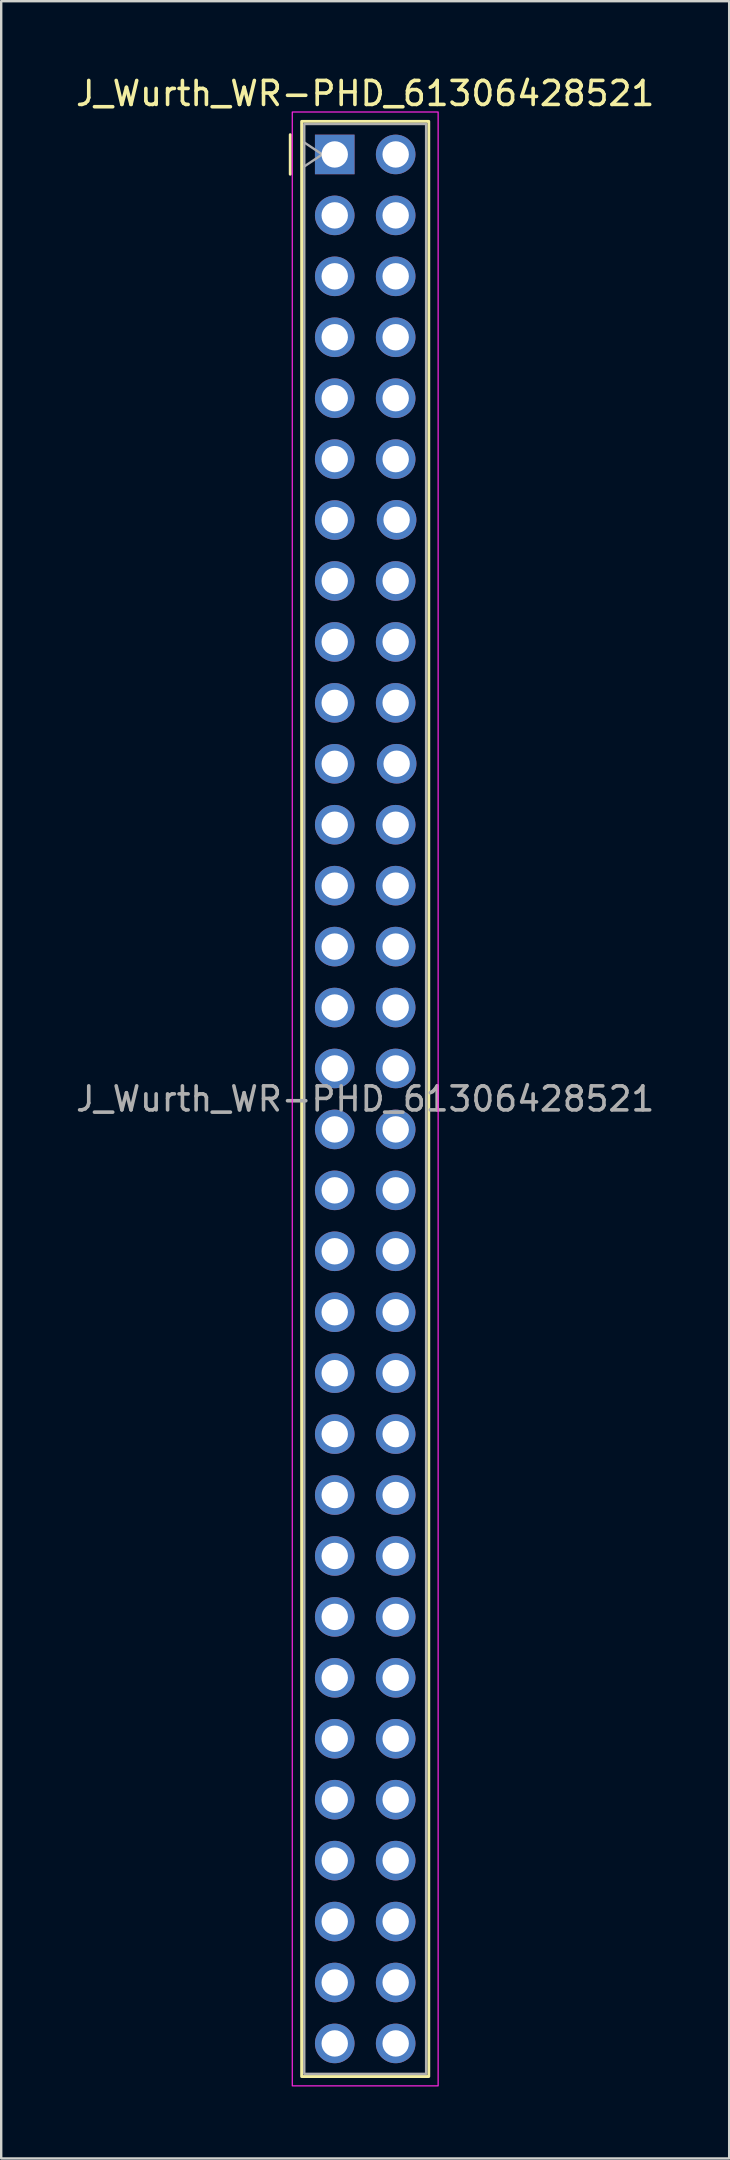
<source format=kicad_pcb>
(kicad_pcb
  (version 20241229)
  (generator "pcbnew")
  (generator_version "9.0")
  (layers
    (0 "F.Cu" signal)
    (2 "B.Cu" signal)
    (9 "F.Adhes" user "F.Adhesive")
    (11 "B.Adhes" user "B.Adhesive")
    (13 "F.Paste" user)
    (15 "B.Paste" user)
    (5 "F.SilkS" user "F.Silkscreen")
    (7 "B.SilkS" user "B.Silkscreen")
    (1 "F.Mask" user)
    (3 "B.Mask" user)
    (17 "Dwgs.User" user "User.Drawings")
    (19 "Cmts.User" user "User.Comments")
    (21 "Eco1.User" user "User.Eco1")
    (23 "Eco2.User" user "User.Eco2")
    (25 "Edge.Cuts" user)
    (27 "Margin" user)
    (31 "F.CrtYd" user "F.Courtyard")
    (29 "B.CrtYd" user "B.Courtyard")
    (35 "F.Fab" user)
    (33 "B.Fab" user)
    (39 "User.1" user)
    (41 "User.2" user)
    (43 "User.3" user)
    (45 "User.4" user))
  (footprint "J_Wurth_WR-PHD_61306428521"
    (layer "F.Cu")
    (at 10.903 3.388)
    (property "Reference" "J_Wurth_WR-PHD_61306428521" (at 1.27 -2.54 0) (unlocked yes) (layer "F.SilkS") (effects (font (size 1 1) (thickness 0.15))))
    (attr through_hole)
    (fp_line (start -1.855 -0.825) (end -1.855 0.825) (stroke (width 0.12) (type solid)) (layer "F.SilkS"))
    (fp_rect (start -1.38 -1.38) (end 3.92 80.12) (stroke (width 0.12) (type solid)) (fill no) (layer "F.SilkS"))
    (fp_rect (start -1.77 -1.77) (end 4.31 80.51) (stroke (width 0.05) (type solid)) (fill no) (layer "F.CrtYd"))
    (fp_line (start -1.27 -0.5) (end -0.52 0) (stroke (width 0.1) (type solid)) (layer "F.Fab"))
    (fp_line (start -0.52 0) (end -1.27 0.5) (stroke (width 0.1) (type solid)) (layer "F.Fab"))
    (fp_rect (start -1.27 -1.27) (end 3.81 80.01) (stroke (width 0.1) (type solid)) (fill no) (layer "F.Fab"))
    (fp_text user "${REFERENCE}" (at 1.27 39.37 0) (unlocked yes) (layer "F.Fab") (effects (font (size 1 1) (thickness 0.15))))
    (pad "1" thru_hole rect (at 0 0 270) (size 1.65 1.65) (drill 1.1) (layers "*.Cu" "*.Mask"))
    (pad "2" thru_hole circle (at 2.54 0 270) (size 1.65 1.65) (drill 1.1) (layers "*.Cu" "*.Mask"))
    (pad "3" thru_hole circle (at 0 2.54 270) (size 1.65 1.65) (drill 1.1) (layers "*.Cu" "*.Mask"))
    (pad "4" thru_hole circle (at 2.54 2.54 270) (size 1.65 1.65) (drill 1.1) (layers "*.Cu" "*.Mask"))
    (pad "5" thru_hole circle (at 0 5.08 270) (size 1.65 1.65) (drill 1.1) (layers "*.Cu" "*.Mask"))
    (pad "6" thru_hole circle (at 2.54 5.08 270) (size 1.65 1.65) (drill 1.1) (layers "*.Cu" "*.Mask"))
    (pad "7" thru_hole circle (at 0 7.62 270) (size 1.65 1.65) (drill 1.1) (layers "*.Cu" "*.Mask"))
    (pad "8" thru_hole circle (at 2.54 7.62 270) (size 1.65 1.65) (drill 1.1) (layers "*.Cu" "*.Mask"))
    (pad "9" thru_hole circle (at 0 10.16 270) (size 1.65 1.65) (drill 1.1) (layers "*.Cu" "*.Mask"))
    (pad "10" thru_hole circle (at 2.54 10.16 270) (size 1.65 1.65) (drill 1.1) (layers "*.Cu" "*.Mask"))
    (pad "11" thru_hole circle (at 0 12.7 270) (size 1.65 1.65) (drill 1.1) (layers "*.Cu" "*.Mask"))
    (pad "12" thru_hole circle (at 2.54 12.7 270) (size 1.65 1.65) (drill 1.1) (layers "*.Cu" "*.Mask"))
    (pad "13" thru_hole circle (at 0 15.24 270) (size 1.65 1.65) (drill 1.1) (layers "*.Cu" "*.Mask"))
    (pad "14" thru_hole circle (at 2.579 15.23 270) (size 1.65 1.65) (drill 1.1) (layers "*.Cu" "*.Mask"))
    (pad "15" thru_hole circle (at 0 17.78 270) (size 1.65 1.65) (drill 1.1) (layers "*.Cu" "*.Mask"))
    (pad "16" thru_hole circle (at 2.54 17.78 270) (size 1.65 1.65) (drill 1.1) (layers "*.Cu" "*.Mask"))
    (pad "17" thru_hole circle (at 0 20.32 270) (size 1.65 1.65) (drill 1.1) (layers "*.Cu" "*.Mask"))
    (pad "18" thru_hole circle (at 2.54 20.32 270) (size 1.65 1.65) (drill 1.1) (layers "*.Cu" "*.Mask"))
    (pad "19" thru_hole circle (at 0 22.86 270) (size 1.65 1.65) (drill 1.1) (layers "*.Cu" "*.Mask"))
    (pad "20" thru_hole circle (at 2.54 22.86 270) (size 1.65 1.65) (drill 1.1) (layers "*.Cu" "*.Mask"))
    (pad "21" thru_hole circle (at 0 25.4 270) (size 1.65 1.65) (drill 1.1) (layers "*.Cu" "*.Mask"))
    (pad "22" thru_hole circle (at 2.581 25.398 270) (size 1.65 1.65) (drill 1.1) (layers "*.Cu" "*.Mask"))
    (pad "23" thru_hole circle (at 0 27.94 270) (size 1.65 1.65) (drill 1.1) (layers "*.Cu" "*.Mask"))
    (pad "24" thru_hole circle (at 2.54 27.94 270) (size 1.65 1.65) (drill 1.1) (layers "*.Cu" "*.Mask"))
    (pad "25" thru_hole circle (at 0 30.48 270) (size 1.65 1.65) (drill 1.1) (layers "*.Cu" "*.Mask"))
    (pad "26" thru_hole circle (at 2.54 30.48 270) (size 1.65 1.65) (drill 1.1) (layers "*.Cu" "*.Mask"))
    (pad "27" thru_hole circle (at 0 33.02 270) (size 1.65 1.65) (drill 1.1) (layers "*.Cu" "*.Mask"))
    (pad "28" thru_hole circle (at 2.54 33.02 270) (size 1.65 1.65) (drill 1.1) (layers "*.Cu" "*.Mask"))
    (pad "29" thru_hole circle (at 0 35.56 270) (size 1.65 1.65) (drill 1.1) (layers "*.Cu" "*.Mask"))
    (pad "30" thru_hole circle (at 2.54 35.56 270) (size 1.65 1.65) (drill 1.1) (layers "*.Cu" "*.Mask"))
    (pad "31" thru_hole circle (at 0 38.1 270) (size 1.65 1.65) (drill 1.1) (layers "*.Cu" "*.Mask"))
    (pad "32" thru_hole circle (at 2.54 38.1 270) (size 1.65 1.65) (drill 1.1) (layers "*.Cu" "*.Mask"))
    (pad "33" thru_hole circle (at 0 40.64 270) (size 1.65 1.65) (drill 1.1) (layers "*.Cu" "*.Mask"))
    (pad "34" thru_hole circle (at 2.54 40.64 270) (size 1.65 1.65) (drill 1.1) (layers "*.Cu" "*.Mask"))
    (pad "35" thru_hole circle (at 0 43.18 270) (size 1.65 1.65) (drill 1.1) (layers "*.Cu" "*.Mask"))
    (pad "36" thru_hole circle (at 2.54 43.18 270) (size 1.65 1.65) (drill 1.1) (layers "*.Cu" "*.Mask"))
    (pad "37" thru_hole circle (at 0 45.72 270) (size 1.65 1.65) (drill 1.1) (layers "*.Cu" "*.Mask"))
    (pad "38" thru_hole circle (at 2.54 45.72 270) (size 1.65 1.65) (drill 1.1) (layers "*.Cu" "*.Mask"))
    (pad "39" thru_hole circle (at 0 48.26 270) (size 1.65 1.65) (drill 1.1) (layers "*.Cu" "*.Mask"))
    (pad "40" thru_hole circle (at 2.54 48.26 270) (size 1.65 1.65) (drill 1.1) (layers "*.Cu" "*.Mask"))
    (pad "41" thru_hole circle (at 0 50.8 270) (size 1.65 1.65) (drill 1.1) (layers "*.Cu" "*.Mask"))
    (pad "42" thru_hole circle (at 2.54 50.8 270) (size 1.65 1.65) (drill 1.1) (layers "*.Cu" "*.Mask"))
    (pad "43" thru_hole circle (at 0 53.34 270) (size 1.65 1.65) (drill 1.1) (layers "*.Cu" "*.Mask"))
    (pad "44" thru_hole circle (at 2.54 53.34 270) (size 1.65 1.65) (drill 1.1) (layers "*.Cu" "*.Mask"))
    (pad "45" thru_hole circle (at 0 55.88 270) (size 1.65 1.65) (drill 1.1) (layers "*.Cu" "*.Mask"))
    (pad "46" thru_hole circle (at 2.54 55.88 270) (size 1.65 1.65) (drill 1.1) (layers "*.Cu" "*.Mask"))
    (pad "47" thru_hole circle (at 0 58.42 270) (size 1.65 1.65) (drill 1.1) (layers "*.Cu" "*.Mask"))
    (pad "48" thru_hole circle (at 2.54 58.42 270) (size 1.65 1.65) (drill 1.1) (layers "*.Cu" "*.Mask"))
    (pad "49" thru_hole circle (at 0 60.96 270) (size 1.65 1.65) (drill 1.1) (layers "*.Cu" "*.Mask"))
    (pad "50" thru_hole circle (at 2.54 60.96 270) (size 1.65 1.65) (drill 1.1) (layers "*.Cu" "*.Mask"))
    (pad "51" thru_hole circle (at 0 63.5 270) (size 1.65 1.65) (drill 1.1) (layers "*.Cu" "*.Mask"))
    (pad "52" thru_hole circle (at 2.54 63.5 270) (size 1.65 1.65) (drill 1.1) (layers "*.Cu" "*.Mask"))
    (pad "53" thru_hole circle (at 0 66.04 270) (size 1.65 1.65) (drill 1.1) (layers "*.Cu" "*.Mask"))
    (pad "54" thru_hole circle (at 2.54 66.04 270) (size 1.65 1.65) (drill 1.1) (layers "*.Cu" "*.Mask"))
    (pad "55" thru_hole circle (at 0 68.58 270) (size 1.65 1.65) (drill 1.1) (layers "*.Cu" "*.Mask"))
    (pad "56" thru_hole circle (at 2.54 68.58 270) (size 1.65 1.65) (drill 1.1) (layers "*.Cu" "*.Mask"))
    (pad "57" thru_hole circle (at 0 71.12 270) (size 1.65 1.65) (drill 1.1) (layers "*.Cu" "*.Mask"))
    (pad "58" thru_hole circle (at 2.54 71.12 270) (size 1.65 1.65) (drill 1.1) (layers "*.Cu" "*.Mask"))
    (pad "59" thru_hole circle (at 0 73.66 270) (size 1.65 1.65) (drill 1.1) (layers "*.Cu" "*.Mask"))
    (pad "60" thru_hole circle (at 2.54 73.66 270) (size 1.65 1.65) (drill 1.1) (layers "*.Cu" "*.Mask"))
    (pad "61" thru_hole circle (at 0 76.2 270) (size 1.65 1.65) (drill 1.1) (layers "*.Cu" "*.Mask"))
    (pad "62" thru_hole circle (at 2.54 76.2 270) (size 1.65 1.65) (drill 1.1) (layers "*.Cu" "*.Mask"))
    (pad "63" thru_hole circle (at 0 78.74 270) (size 1.65 1.65) (drill 1.1) (layers "*.Cu" "*.Mask"))
    (pad "64" thru_hole circle (at 2.54 78.74 270) (size 1.65 1.65) (drill 1.1) (layers "*.Cu" "*.Mask")))
  (gr_rect
    (start -3 -3)
    (end 27.345 86.923)
    (stroke (width 0.1) (type default))
    (fill no)
    (layer "Edge.Cuts")))
</source>
